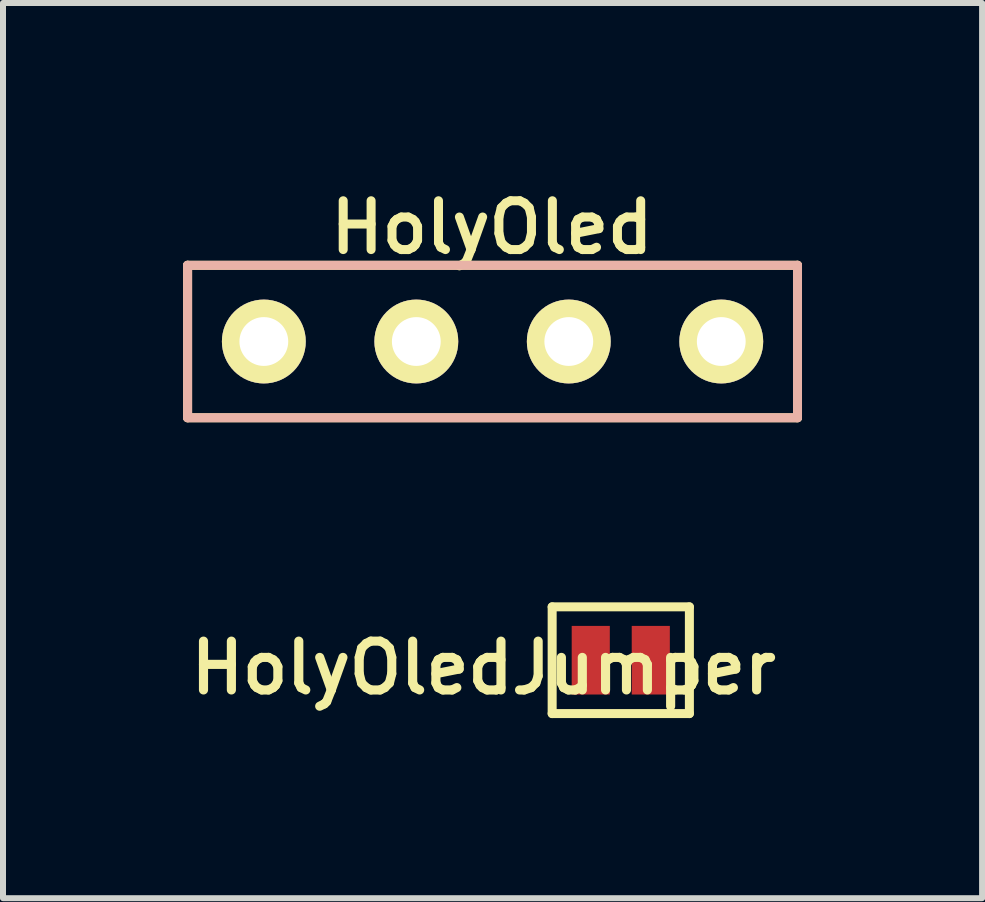
<source format=kicad_pcb>
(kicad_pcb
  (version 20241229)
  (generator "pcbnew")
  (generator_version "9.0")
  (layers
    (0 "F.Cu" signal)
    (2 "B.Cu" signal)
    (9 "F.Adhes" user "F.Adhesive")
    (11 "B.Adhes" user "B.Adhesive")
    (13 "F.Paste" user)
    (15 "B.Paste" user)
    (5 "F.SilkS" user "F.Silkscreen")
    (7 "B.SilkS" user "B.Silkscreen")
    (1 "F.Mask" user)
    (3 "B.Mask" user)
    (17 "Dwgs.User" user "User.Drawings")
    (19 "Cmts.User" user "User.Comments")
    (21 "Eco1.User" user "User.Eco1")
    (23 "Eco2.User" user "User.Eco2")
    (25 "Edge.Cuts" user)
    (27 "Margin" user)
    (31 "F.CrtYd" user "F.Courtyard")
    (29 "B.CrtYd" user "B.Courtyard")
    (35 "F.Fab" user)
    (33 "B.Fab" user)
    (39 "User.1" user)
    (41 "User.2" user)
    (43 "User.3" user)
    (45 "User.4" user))
  (footprint "HolyOled"
    (layer "F.Cu")
    (at 1.345 2.639)
    (property "Reference" "HolyOled" (at 3.8 -1.9 180) (layer "F.SilkS") (effects (font (size 0.813 0.813) (thickness 0.15))))
    (attr through_hole)
    (fp_line (start -1.27 -1.27) (end 8.89 -1.27) (stroke (width 0.15) (type solid)) (layer "F.SilkS"))
    (fp_line (start -1.27 1.27) (end -1.27 -1.27) (stroke (width 0.15) (type solid)) (layer "F.SilkS"))
    (fp_line (start -1.27 1.27) (end 8.89 1.27) (stroke (width 0.15) (type solid)) (layer "F.SilkS"))
    (fp_line (start 8.89 -1.27) (end 8.89 1.27) (stroke (width 0.15) (type solid)) (layer "F.SilkS"))
    (fp_line (start -1.27 -1.27) (end 8.89 -1.27) (stroke (width 0.15) (type solid)) (layer "B.SilkS"))
    (fp_line (start -1.27 1.27) (end -1.27 -1.27) (stroke (width 0.15) (type solid)) (layer "B.SilkS"))
    (fp_line (start 8.89 -1.27) (end 8.89 1.27) (stroke (width 0.15) (type solid)) (layer "B.SilkS"))
    (fp_line (start 8.89 1.27) (end -1.27 1.27) (stroke (width 0.15) (type solid)) (layer "B.SilkS"))
    (pad "1" thru_hole circle (at 0 0) (size 1.397 1.397) (drill 0.813) (layers "*.Cu" "*.Mask" "F.SilkS"))
    (pad "2" thru_hole circle (at 2.54 0) (size 1.397 1.397) (drill 0.813) (layers "*.Cu" "*.Mask" "F.SilkS"))
    (pad "3" thru_hole circle (at 5.08 0) (size 1.397 1.397) (drill 0.813) (layers "*.Cu" "*.Mask" "F.SilkS"))
    (pad "4" thru_hole circle (at 7.62 0) (size 1.397 1.397) (drill 0.813) (layers "*.Cu" "*.Mask" "F.SilkS")))
  (footprint "HolyOledJumper"
    (layer "F.Cu")
    (at 7.291 7.948)
    (property "Reference" "HolyOledJumper" (at -2.286 0.127 0) (layer "F.SilkS") (effects (font (size 0.813 0.813) (thickness 0.152))))
    (attr smd)
    (fp_line (start -1.143 -0.889) (end 1.143 -0.889) (stroke (width 0.15) (type solid)) (layer "F.SilkS"))
    (fp_line (start -1.143 0.889) (end -1.143 -0.889) (stroke (width 0.15) (type solid)) (layer "F.SilkS"))
    (fp_line (start 1.143 -0.889) (end 1.143 0.889) (stroke (width 0.15) (type solid)) (layer "F.SilkS"))
    (fp_line (start 1.143 0.889) (end -1.143 0.889) (stroke (width 0.15) (type solid)) (layer "F.SilkS"))
    (pad "1" smd rect (at -0.5 0) (size 0.635 1.143) (layers "F.Cu" "F.Mask" "F.Paste"))
    (pad "2" smd rect (at 0.5 0) (size 0.635 1.143) (layers "F.Cu" "F.Mask" "F.Paste")))
  (gr_rect
    (start -3 -3)
    (end 13.31 11.912)
    (stroke (width 0.1) (type default))
    (fill no)
    (layer "Edge.Cuts")))
</source>
